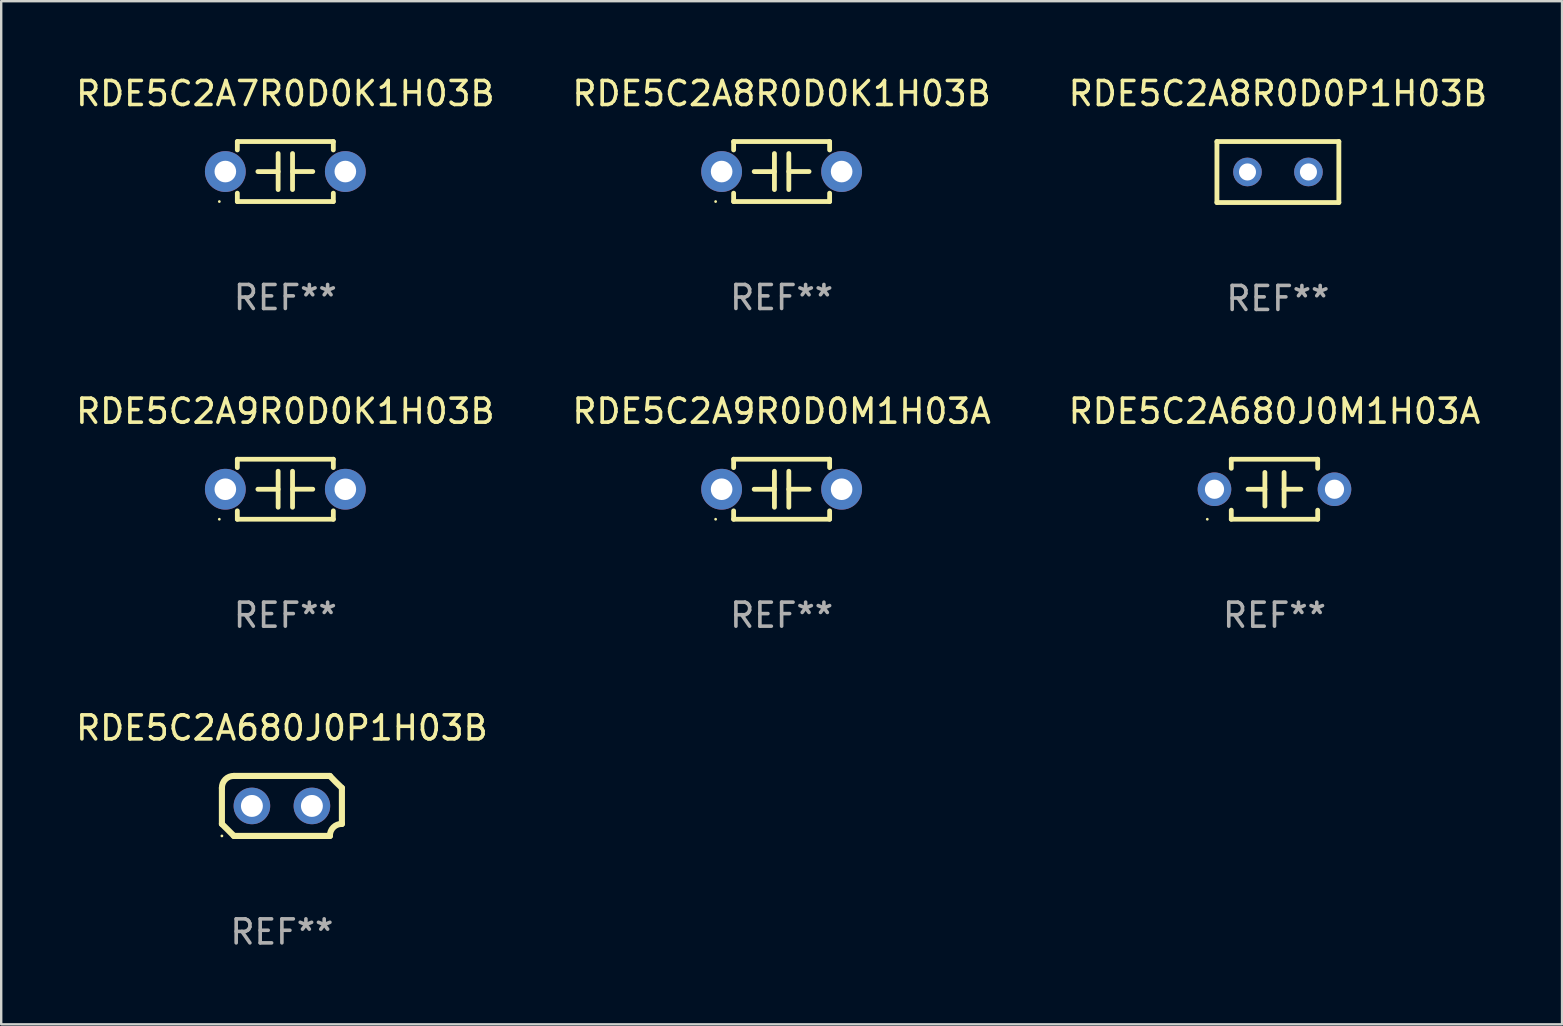
<source format=kicad_pcb>
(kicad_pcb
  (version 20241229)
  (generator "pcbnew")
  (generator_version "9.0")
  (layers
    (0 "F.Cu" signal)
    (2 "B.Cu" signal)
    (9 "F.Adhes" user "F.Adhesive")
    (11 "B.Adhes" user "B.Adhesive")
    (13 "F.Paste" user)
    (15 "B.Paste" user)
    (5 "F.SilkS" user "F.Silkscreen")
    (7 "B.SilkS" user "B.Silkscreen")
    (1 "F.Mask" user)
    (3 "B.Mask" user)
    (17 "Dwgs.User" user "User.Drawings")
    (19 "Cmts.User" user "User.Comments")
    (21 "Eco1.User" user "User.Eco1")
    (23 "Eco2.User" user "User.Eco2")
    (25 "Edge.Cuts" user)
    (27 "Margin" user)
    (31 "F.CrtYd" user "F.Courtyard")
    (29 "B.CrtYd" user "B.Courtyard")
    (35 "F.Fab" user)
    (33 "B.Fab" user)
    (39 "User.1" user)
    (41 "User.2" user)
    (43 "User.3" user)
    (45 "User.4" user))
  (footprint "RDE5C2A680J0M1H03A"
    (layer "F.Cu")
    (at 50.054 17.335)
    (property "Reference" "RDE5C2A680J0M1H03A" (at 0 -3.25 0) (layer "F.SilkS") (effects (font (size 1 1) (thickness 0.15))))
    (attr through_hole)
    (fp_line (start -1.8 -1.25) (end -1.8 -0.872) (stroke (width 0.2) (type solid)) (layer "F.SilkS"))
    (fp_line (start -1.8 -1.25) (end 1.8 -1.25) (stroke (width 0.2) (type solid)) (layer "F.SilkS"))
    (fp_line (start -1.8 0.872) (end -1.8 1.25) (stroke (width 0.2) (type solid)) (layer "F.SilkS"))
    (fp_line (start -1.8 1.25) (end 1.8 1.25) (stroke (width 0.2) (type solid)) (layer "F.SilkS"))
    (fp_line (start -0.4 -0.7) (end -0.4 0.7) (stroke (width 0.2) (type solid)) (layer "F.SilkS"))
    (fp_line (start -0.4 0.002) (end -1.1 0.002) (stroke (width 0.2) (type solid)) (layer "F.SilkS"))
    (fp_line (start 0.4 -0.001) (end 1.1 -0.001) (stroke (width 0.2) (type solid)) (layer "F.SilkS"))
    (fp_line (start 0.4 0.7) (end 0.4 -0.7) (stroke (width 0.2) (type solid)) (layer "F.SilkS"))
    (fp_line (start 1.8 -1.25) (end 1.8 -0.872) (stroke (width 0.2) (type solid)) (layer "F.SilkS"))
    (fp_line (start 1.8 0.872) (end 1.8 1.25) (stroke (width 0.2) (type solid)) (layer "F.SilkS"))
    (fp_circle (center -2.8 1.25) (end -2.77 1.25) (stroke (width 0.06) (type solid)) (fill no) (layer "F.SilkS"))
    (fp_text user "REF**" (at 0 5.25 0) (layer "F.Fab") (effects (font (size 1 1) (thickness 0.15))))
    (pad "1" thru_hole circle (at -2.5 0) (size 1.4 1.4) (drill 0.8) (layers "*.Cu" "*.Mask"))
    (pad "2" thru_hole circle (at 2.5 0) (size 1.4 1.4) (drill 0.8) (layers "*.Cu" "*.Mask")))
  (footprint "RDE5C2A9R0D0K1H03B"
    (layer "F.Cu")
    (at 8.839 17.335)
    (property "Reference" "RDE5C2A9R0D0K1H03B" (at 0 -3.25 0) (layer "F.SilkS") (effects (font (size 1 1) (thickness 0.15))))
    (attr through_hole)
    (fp_line (start -2 -1.25) (end -2 -0.901) (stroke (width 0.2) (type solid)) (layer "F.SilkS"))
    (fp_line (start -2 -1.25) (end 2 -1.25) (stroke (width 0.2) (type solid)) (layer "F.SilkS"))
    (fp_line (start -2 0.901) (end -2 1.25) (stroke (width 0.2) (type solid)) (layer "F.SilkS"))
    (fp_line (start -0.3 -0.75) (end -0.3 0.75) (stroke (width 0.2) (type solid)) (layer "F.SilkS"))
    (fp_line (start -0.3 0.001) (end -1.143 0.001) (stroke (width 0.2) (type solid)) (layer "F.SilkS"))
    (fp_line (start 0.3 -0.001) (end 1.143 -0.001) (stroke (width 0.2) (type solid)) (layer "F.SilkS"))
    (fp_line (start 0.3 0.75) (end 0.3 -0.75) (stroke (width 0.2) (type solid)) (layer "F.SilkS"))
    (fp_line (start 2 -1.25) (end 2 -0.901) (stroke (width 0.2) (type solid)) (layer "F.SilkS"))
    (fp_line (start 2 0.901) (end 2 1.25) (stroke (width 0.2) (type solid)) (layer "F.SilkS"))
    (fp_line (start 2 1.25) (end -2 1.25) (stroke (width 0.2) (type solid)) (layer "F.SilkS"))
    (fp_circle (center -2.75 1.25) (end -2.72 1.25) (stroke (width 0.06) (type solid)) (fill no) (layer "F.SilkS"))
    (fp_text user "REF**" (at 0 5.25 0) (layer "F.Fab") (effects (font (size 1 1) (thickness 0.15))))
    (pad "1" thru_hole circle (at -2.5 0) (size 1.7 1.7) (drill 0.9) (layers "*.Cu" "*.Mask"))
    (pad "2" thru_hole circle (at 2.5 0) (size 1.7 1.7) (drill 0.9) (layers "*.Cu" "*.Mask")))
  (footprint "RDE5C2A8R0D0P1H03B"
    (layer "F.Cu")
    (at 50.196 4.118)
    (property "Reference" "RDE5C2A8R0D0P1H03B" (at 0 -3.27 0) (layer "F.SilkS") (effects (font (size 1 1) (thickness 0.15))))
    (attr through_hole)
    (fp_line (start -2.54 -1.27) (end -2.54 1.27) (stroke (width 0.201) (type solid)) (layer "F.SilkS"))
    (fp_line (start -2.54 1.27) (end 2.54 1.27) (stroke (width 0.201) (type solid)) (layer "F.SilkS"))
    (fp_line (start 2.54 -1.27) (end -2.54 -1.27) (stroke (width 0.201) (type solid)) (layer "F.SilkS"))
    (fp_line (start 2.54 1.27) (end 2.54 -1.27) (stroke (width 0.201) (type solid)) (layer "F.SilkS"))
    (fp_circle (center -2.497 1.247) (end -2.467 1.247) (stroke (width 0.06) (type solid)) (fill no) (layer "F.SilkS"))
    (fp_text user "REF**" (at 0 5.27 0) (layer "F.Fab") (effects (font (size 1 1) (thickness 0.15))))
    (pad "1" thru_hole circle (at -1.267 -0.003) (size 1.194 1.194) (drill 0.711) (layers "*.Cu" "*.Mask"))
    (pad "2" thru_hole circle (at 1.273 -0.003) (size 1.194 1.194) (drill 0.711) (layers "*.Cu" "*.Mask")))
  (footprint "RDE5C2A680J0P1H03B"
    (layer "F.Cu")
    (at 8.696 30.531)
    (property "Reference" "RDE5C2A680J0P1H03B" (at 0 -3.25 0) (layer "F.SilkS") (effects (font (size 1 1) (thickness 0.15))))
    (attr through_hole)
    (fp_line (start -2.5 -0.75) (end -2.5 0.75) (stroke (width 0.254) (type solid)) (layer "F.SilkS"))
    (fp_line (start -2 -1.25) (end 2 -1.25) (stroke (width 0.254) (type solid)) (layer "F.SilkS"))
    (fp_line (start 2 1.25) (end -2 1.25) (stroke (width 0.254) (type solid)) (layer "F.SilkS"))
    (fp_line (start 2.5 0.75) (end 2.5 -0.75) (stroke (width 0.254) (type solid)) (layer "F.SilkS"))
    (fp_arc (start -2.5 0.749962) (mid -2.249559 0.999558) (end -1.99929 1.249325) (stroke (width 0.254001) (type solid)) (layer "F.SilkS"))
    (fp_arc (start -2.499366 -0.749302) (mid -2.356411 -1.106098) (end -2 -1.250013) (stroke (width 0.254001) (type solid)) (layer "F.SilkS"))
    (fp_arc (start 2 1.250013) (mid 2.142747 0.89301) (end 2.499364 0.749302) (stroke (width 0.254001) (type solid)) (layer "F.SilkS"))
    (fp_arc (start 2.5 -0.749962) (mid 2.245609 -0.995598) (end 1.999289 -1.249327) (stroke (width 0.254001) (type solid)) (layer "F.SilkS"))
    (fp_circle (center -2.5 1.25) (end -2.47 1.25) (stroke (width 0.06) (type solid)) (fill no) (layer "F.SilkS"))
    (fp_text user "REF**" (at 0 5.25 0) (layer "F.Fab") (effects (font (size 1 1) (thickness 0.15))))
    (pad "1" thru_hole circle (at -1.25 0) (size 1.524 1.524) (drill 0.914) (layers "*.Cu" "*.Mask"))
    (pad "2" thru_hole circle (at 1.25 0) (size 1.524 1.524) (drill 0.914) (layers "*.Cu" "*.Mask")))
  (footprint "RDE5C2A8R0D0K1H03B"
    (layer "F.Cu")
    (at 29.518 4.098)
    (property "Reference" "RDE5C2A8R0D0K1H03B" (at 0 -3.25 0) (layer "F.SilkS") (effects (font (size 1 1) (thickness 0.15))))
    (attr through_hole)
    (fp_line (start -2 -1.25) (end -2 -0.901) (stroke (width 0.2) (type solid)) (layer "F.SilkS"))
    (fp_line (start -2 -1.25) (end 2 -1.25) (stroke (width 0.2) (type solid)) (layer "F.SilkS"))
    (fp_line (start -2 0.901) (end -2 1.25) (stroke (width 0.2) (type solid)) (layer "F.SilkS"))
    (fp_line (start -0.3 -0.75) (end -0.3 0.75) (stroke (width 0.2) (type solid)) (layer "F.SilkS"))
    (fp_line (start -0.3 0.001) (end -1.143 0.001) (stroke (width 0.2) (type solid)) (layer "F.SilkS"))
    (fp_line (start 0.3 -0.001) (end 1.143 -0.001) (stroke (width 0.2) (type solid)) (layer "F.SilkS"))
    (fp_line (start 0.3 0.75) (end 0.3 -0.75) (stroke (width 0.2) (type solid)) (layer "F.SilkS"))
    (fp_line (start 2 -1.25) (end 2 -0.901) (stroke (width 0.2) (type solid)) (layer "F.SilkS"))
    (fp_line (start 2 0.901) (end 2 1.25) (stroke (width 0.2) (type solid)) (layer "F.SilkS"))
    (fp_line (start 2 1.25) (end -2 1.25) (stroke (width 0.2) (type solid)) (layer "F.SilkS"))
    (fp_circle (center -2.75 1.25) (end -2.72 1.25) (stroke (width 0.06) (type solid)) (fill no) (layer "F.SilkS"))
    (fp_text user "REF**" (at 0 5.25 0) (layer "F.Fab") (effects (font (size 1 1) (thickness 0.15))))
    (pad "1" thru_hole circle (at -2.5 0) (size 1.7 1.7) (drill 0.9) (layers "*.Cu" "*.Mask"))
    (pad "2" thru_hole circle (at 2.5 0) (size 1.7 1.7) (drill 0.9) (layers "*.Cu" "*.Mask")))
  (footprint "RDE5C2A7R0D0K1H03B"
    (layer "F.Cu")
    (at 8.839 4.098)
    (property "Reference" "RDE5C2A7R0D0K1H03B" (at 0 -3.25 0) (layer "F.SilkS") (effects (font (size 1 1) (thickness 0.15))))
    (attr through_hole)
    (fp_line (start -2 -1.25) (end -2 -0.901) (stroke (width 0.2) (type solid)) (layer "F.SilkS"))
    (fp_line (start -2 -1.25) (end 2 -1.25) (stroke (width 0.2) (type solid)) (layer "F.SilkS"))
    (fp_line (start -2 0.901) (end -2 1.25) (stroke (width 0.2) (type solid)) (layer "F.SilkS"))
    (fp_line (start -0.3 -0.75) (end -0.3 0.75) (stroke (width 0.2) (type solid)) (layer "F.SilkS"))
    (fp_line (start -0.3 0.001) (end -1.143 0.001) (stroke (width 0.2) (type solid)) (layer "F.SilkS"))
    (fp_line (start 0.3 -0.001) (end 1.143 -0.001) (stroke (width 0.2) (type solid)) (layer "F.SilkS"))
    (fp_line (start 0.3 0.75) (end 0.3 -0.75) (stroke (width 0.2) (type solid)) (layer "F.SilkS"))
    (fp_line (start 2 -1.25) (end 2 -0.901) (stroke (width 0.2) (type solid)) (layer "F.SilkS"))
    (fp_line (start 2 0.901) (end 2 1.25) (stroke (width 0.2) (type solid)) (layer "F.SilkS"))
    (fp_line (start 2 1.25) (end -2 1.25) (stroke (width 0.2) (type solid)) (layer "F.SilkS"))
    (fp_circle (center -2.75 1.25) (end -2.72 1.25) (stroke (width 0.06) (type solid)) (fill no) (layer "F.SilkS"))
    (fp_text user "REF**" (at 0 5.25 0) (layer "F.Fab") (effects (font (size 1 1) (thickness 0.15))))
    (pad "1" thru_hole circle (at -2.5 0) (size 1.7 1.7) (drill 0.9) (layers "*.Cu" "*.Mask"))
    (pad "2" thru_hole circle (at 2.5 0) (size 1.7 1.7) (drill 0.9) (layers "*.Cu" "*.Mask")))
  (footprint "RDE5C2A9R0D0M1H03A"
    (layer "F.Cu")
    (at 29.518 17.335)
    (property "Reference" "RDE5C2A9R0D0M1H03A" (at 0 -3.25 0) (layer "F.SilkS") (effects (font (size 1 1) (thickness 0.15))))
    (attr through_hole)
    (fp_line (start -2 -1.25) (end -2 -0.901) (stroke (width 0.2) (type solid)) (layer "F.SilkS"))
    (fp_line (start -2 -1.25) (end 2 -1.25) (stroke (width 0.2) (type solid)) (layer "F.SilkS"))
    (fp_line (start -2 0.901) (end -2 1.25) (stroke (width 0.2) (type solid)) (layer "F.SilkS"))
    (fp_line (start -0.3 -0.75) (end -0.3 0.75) (stroke (width 0.2) (type solid)) (layer "F.SilkS"))
    (fp_line (start -0.3 0.001) (end -1.143 0.001) (stroke (width 0.2) (type solid)) (layer "F.SilkS"))
    (fp_line (start 0.3 -0.001) (end 1.143 -0.001) (stroke (width 0.2) (type solid)) (layer "F.SilkS"))
    (fp_line (start 0.3 0.75) (end 0.3 -0.75) (stroke (width 0.2) (type solid)) (layer "F.SilkS"))
    (fp_line (start 2 -1.25) (end 2 -0.901) (stroke (width 0.2) (type solid)) (layer "F.SilkS"))
    (fp_line (start 2 0.901) (end 2 1.25) (stroke (width 0.2) (type solid)) (layer "F.SilkS"))
    (fp_line (start 2 1.25) (end -2 1.25) (stroke (width 0.2) (type solid)) (layer "F.SilkS"))
    (fp_circle (center -2.75 1.25) (end -2.72 1.25) (stroke (width 0.06) (type solid)) (fill no) (layer "F.SilkS"))
    (fp_text user "REF**" (at 0 5.25 0) (layer "F.Fab") (effects (font (size 1 1) (thickness 0.15))))
    (pad "1" thru_hole circle (at -2.5 0) (size 1.7 1.7) (drill 0.9) (layers "*.Cu" "*.Mask"))
    (pad "2" thru_hole circle (at 2.5 0) (size 1.7 1.7) (drill 0.9) (layers "*.Cu" "*.Mask")))
  (gr_rect
    (start -3 -3)
    (end 62.036 39.63)
    (stroke (width 0.1) (type default))
    (fill no)
    (layer "Edge.Cuts")))
</source>
